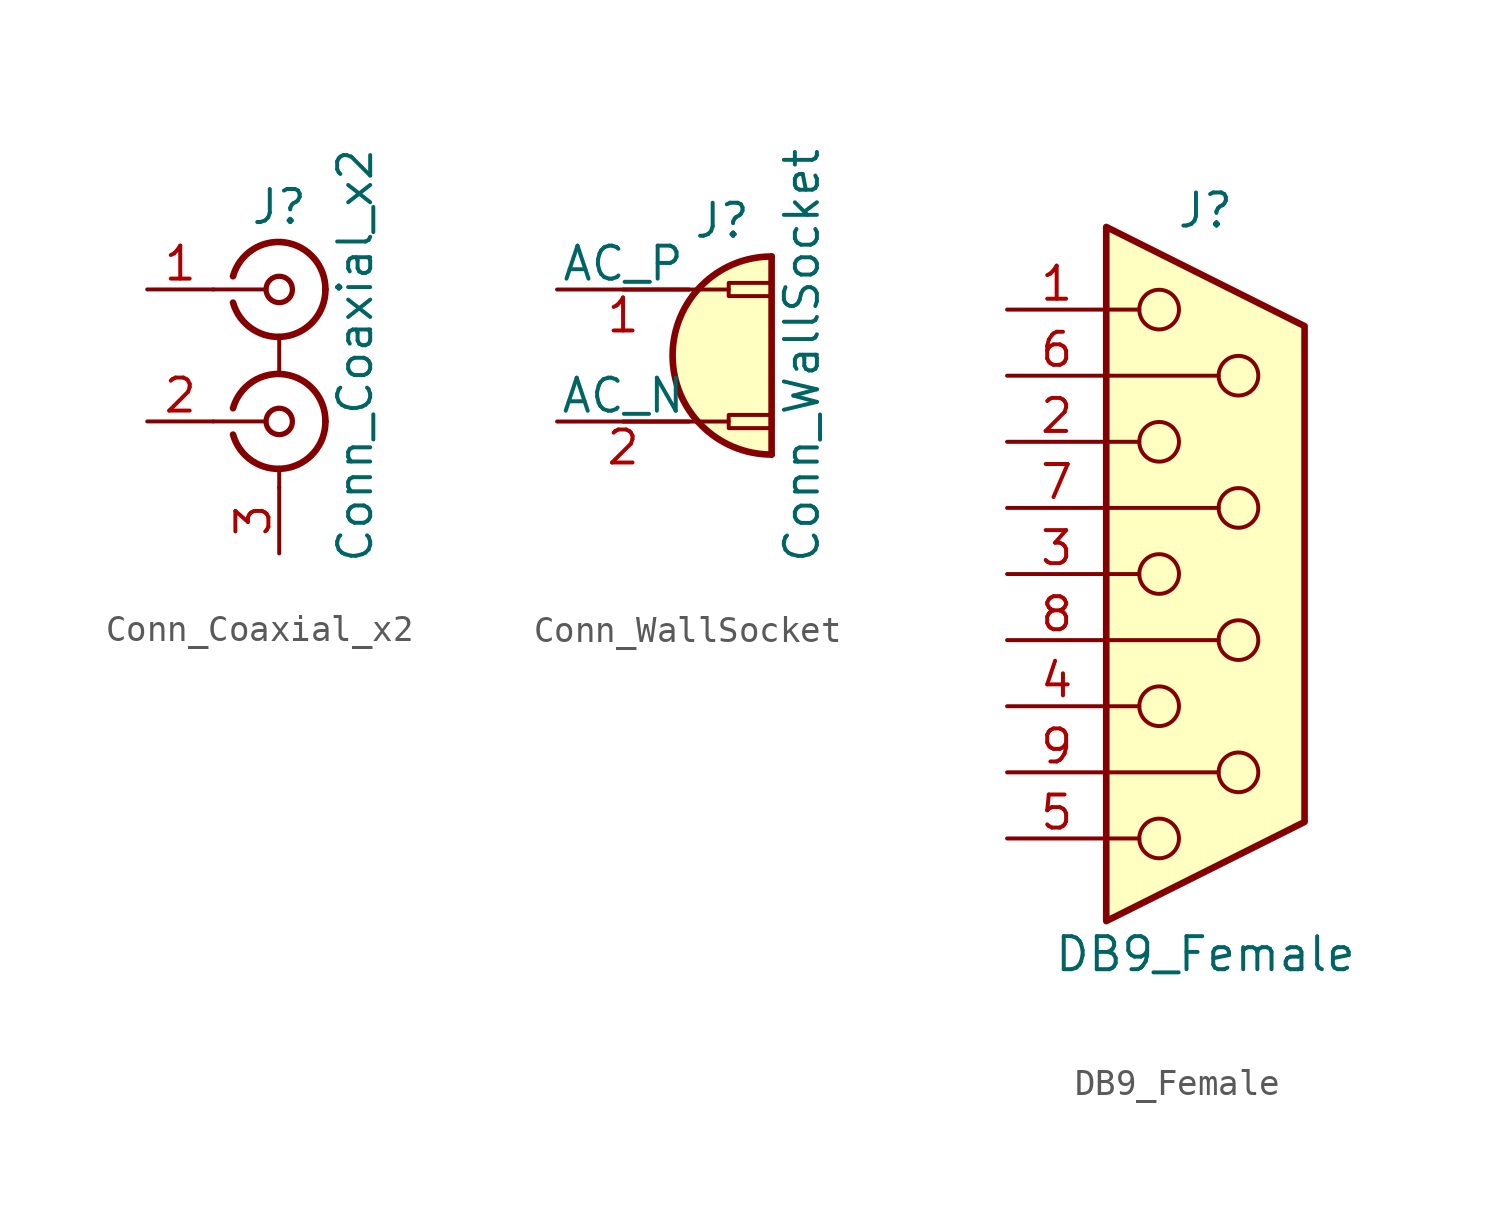
<source format=kicad_sym>
(kicad_symbol_lib
  (version 20211014)
  (generator kicad_symbol_editor)
  (symbol "Conn_Coaxial_x2"
    (pin_names
      (offset 1.016) hide)
    (property "Reference" "J"
      (at 0 5.715 0)
      (effects (font (size 1.27 1.27))))
    (property "Value" "Conn_Coaxial_x2"
      (at 2.921 0 90)
      (effects (font (size 1.27 1.27))))
    (symbol "Conn_Coaxial_x2_0_1"
      (arc (start -1.778 -3.048) (mid 0.2311 -4.3466) (end 1.778 -2.54) (stroke (width 0.254) (type default) (color 0 0 0 0)) (fill (type none)))
      (arc (start -1.778 2.032) (mid 0.2311 0.7334) (end 1.778 2.54) (stroke (width 0.254) (type default) (color 0 0 0 0)) (fill (type none)))
      (circle (center 0 -2.54) (radius 0.508) (stroke (width 0.203) (type default) (color 0 0 0 0)) (fill (type none)))
      (polyline (pts (xy -2.54 -2.54) (xy -0.508 -2.54)) (stroke (width 0) (type default) (color 0 0 0 0)) (fill (type none)))
      (polyline (pts (xy -2.54 2.54) (xy -0.508 2.54)) (stroke (width 0) (type default) (color 0 0 0 0)) (fill (type none)))
      (polyline (pts (xy 0 -5.08) (xy 0 -4.318)) (stroke (width 0) (type default) (color 0 0 0 0)) (fill (type none)))
      (polyline (pts (xy 0 0.762) (xy 0 -0.635)) (stroke (width 0) (type default) (color 0 0 0 0)) (fill (type none)))
      (circle (center 0 2.54) (radius 0.508) (stroke (width 0.203) (type default) (color 0 0 0 0)) (fill (type none)))
      (arc (start 1.778 -2.54) (mid 0.2099 -0.7299) (end -1.778 -2.032) (stroke (width 0.254) (type default) (color 0 0 0 0)) (fill (type none)))
      (arc (start 1.778 2.54) (mid 0.2099 4.3501) (end -1.778 3.048) (stroke (width 0.254) (type default) (color 0 0 0 0)) (fill (type none))))
    (symbol "Conn_Coaxial_x2_1_1"
      (pin passive line (at -5.08 2.54 0) (length 2.54) (name "IN1" (effects (font (size 1.27 1.27)))) (number "1" (effects (font (size 1.27 1.27)))))
      (pin passive line (at -5.08 -2.54 0) (length 2.54) (name "IN2" (effects (font (size 1.27 1.27)))) (number "2" (effects (font (size 1.27 1.27)))))
      (pin passive line (at 0 -7.62 90) (length 2.54) (name "EXT" (effects (font (size 1.27 1.27)))) (number "3" (effects (font (size 1.27 1.27)))))))
  (symbol "Conn_WallSocket"
    (pin_names
      (offset 0))
    (property "Reference" "J"
      (at 1.27 4.445 0)
      (effects (font (size 1.27 1.27)) (justify bottom)))
    (property "Value" "Conn_WallSocket"
      (at 5.08 0 90)
      (effects (font (size 1.27 1.27)) (justify bottom)))
    (symbol "Conn_WallSocket_0_1"
      (polyline (pts (xy 1.524 -2.54) (xy -2.54 -2.54)) (stroke (width 0) (type default) (color 0 0 0 0)) (fill (type none)))
      (polyline (pts (xy 1.524 2.54) (xy -2.54 2.54)) (stroke (width 0) (type default) (color 0 0 0 0)) (fill (type none)))
      (polyline (pts (xy 3.175 -3.81) (xy 3.175 3.81)) (stroke (width 0.254) (type default) (color 0 0 0 0)) (fill (type none)))
      (rectangle (start 3.175 -2.794) (end 1.524 -2.286) (stroke (width 0) (type default) (color 0 0 0 0)) (fill (type none)))
      (rectangle (start 3.175 2.286) (end 1.524 2.794) (stroke (width 0) (type default) (color 0 0 0 0)) (fill (type none)))
      (arc (start 3.175 3.81) (mid -0.635 0) (end 3.175 -3.81) (stroke (width 0.254) (type default) (color 0 0 0 0)) (fill (type background))))
    (symbol "Conn_WallSocket_1_1"
      (pin power_in line (at -5.08 2.54 0) (length 5.08) (name "AC_P" (effects (font (size 1.27 1.27)))) (number "1" (effects (font (size 1.27 1.27)))))
      (pin power_in line (at -5.08 -2.54 0) (length 5.08) (name "AC_N" (effects (font (size 1.27 1.27)))) (number "2" (effects (font (size 1.27 1.27)))))))
  (symbol "DB9_Female"
    (pin_names
      (offset 1.016) hide)
    (property "Reference" "J"
      (at 0 13.97 0)
      (effects (font (size 1.27 1.27))))
    (property "Value" "DB9_Female"
      (at 0 -14.605 0)
      (effects (font (size 1.27 1.27))))
    (symbol "DB9_Female_0_1"
      (circle (center -1.778 -10.16) (radius 0.762) (stroke (width 0) (type default) (color 0 0 0 0)) (fill (type none)))
      (circle (center -1.778 -5.08) (radius 0.762) (stroke (width 0) (type default) (color 0 0 0 0)) (fill (type none)))
      (circle (center -1.778 0) (radius 0.762) (stroke (width 0) (type default) (color 0 0 0 0)) (fill (type none)))
      (circle (center -1.778 5.08) (radius 0.762) (stroke (width 0) (type default) (color 0 0 0 0)) (fill (type none)))
      (circle (center -1.778 10.16) (radius 0.762) (stroke (width 0) (type default) (color 0 0 0 0)) (fill (type none)))
      (polyline (pts (xy -3.81 -10.16) (xy -2.54 -10.16)) (stroke (width 0) (type default) (color 0 0 0 0)) (fill (type none)))
      (polyline (pts (xy -3.81 -7.62) (xy 0.508 -7.62)) (stroke (width 0) (type default) (color 0 0 0 0)) (fill (type none)))
      (polyline (pts (xy -3.81 -5.08) (xy -2.54 -5.08)) (stroke (width 0) (type default) (color 0 0 0 0)) (fill (type none)))
      (polyline (pts (xy -3.81 -2.54) (xy 0.508 -2.54)) (stroke (width 0) (type default) (color 0 0 0 0)) (fill (type none)))
      (polyline (pts (xy -3.81 0) (xy -2.54 0)) (stroke (width 0) (type default) (color 0 0 0 0)) (fill (type none)))
      (polyline (pts (xy -3.81 2.54) (xy 0.508 2.54)) (stroke (width 0) (type default) (color 0 0 0 0)) (fill (type none)))
      (polyline (pts (xy -3.81 5.08) (xy -2.54 5.08)) (stroke (width 0) (type default) (color 0 0 0 0)) (fill (type none)))
      (polyline (pts (xy -3.81 7.62) (xy 0.508 7.62)) (stroke (width 0) (type default) (color 0 0 0 0)) (fill (type none)))
      (polyline (pts (xy -3.81 10.16) (xy -2.54 10.16)) (stroke (width 0) (type default) (color 0 0 0 0)) (fill (type none)))
      (polyline (pts (xy -3.81 13.335) (xy -3.81 -13.335) (xy 3.81 -9.525) (xy 3.81 9.525) (xy -3.81 13.335)) (stroke (width 0.254) (type default) (color 0 0 0 0)) (fill (type background)))
      (circle (center 1.27 -7.62) (radius 0.762) (stroke (width 0) (type default) (color 0 0 0 0)) (fill (type none)))
      (circle (center 1.27 -2.54) (radius 0.762) (stroke (width 0) (type default) (color 0 0 0 0)) (fill (type none)))
      (circle (center 1.27 2.54) (radius 0.762) (stroke (width 0) (type default) (color 0 0 0 0)) (fill (type none)))
      (circle (center 1.27 7.62) (radius 0.762) (stroke (width 0) (type default) (color 0 0 0 0)) (fill (type none))))
    (symbol "DB9_Female_1_1"
      (pin passive line (at -7.62 10.16 0) (length 3.81) (name "1" (effects (font (size 1.27 1.27)))) (number "1" (effects (font (size 1.27 1.27)))))
      (pin passive line (at -7.62 5.08 0) (length 3.81) (name "2" (effects (font (size 1.27 1.27)))) (number "2" (effects (font (size 1.27 1.27)))))
      (pin passive line (at -7.62 0 0) (length 3.81) (name "3" (effects (font (size 1.27 1.27)))) (number "3" (effects (font (size 1.27 1.27)))))
      (pin passive line (at -7.62 -5.08 0) (length 3.81) (name "4" (effects (font (size 1.27 1.27)))) (number "4" (effects (font (size 1.27 1.27)))))
      (pin passive line (at -7.62 -10.16 0) (length 3.81) (name "5" (effects (font (size 1.27 1.27)))) (number "5" (effects (font (size 1.27 1.27)))))
      (pin passive line (at -7.62 7.62 0) (length 3.81) (name "6" (effects (font (size 1.27 1.27)))) (number "6" (effects (font (size 1.27 1.27)))))
      (pin passive line (at -7.62 2.54 0) (length 3.81) (name "7" (effects (font (size 1.27 1.27)))) (number "7" (effects (font (size 1.27 1.27)))))
      (pin passive line (at -7.62 -2.54 0) (length 3.81) (name "8" (effects (font (size 1.27 1.27)))) (number "8" (effects (font (size 1.27 1.27)))))
      (pin passive line (at -7.62 -7.62 0) (length 3.81) (name "9" (effects (font (size 1.27 1.27)))) (number "9" (effects (font (size 1.27 1.27))))))))
</source>
